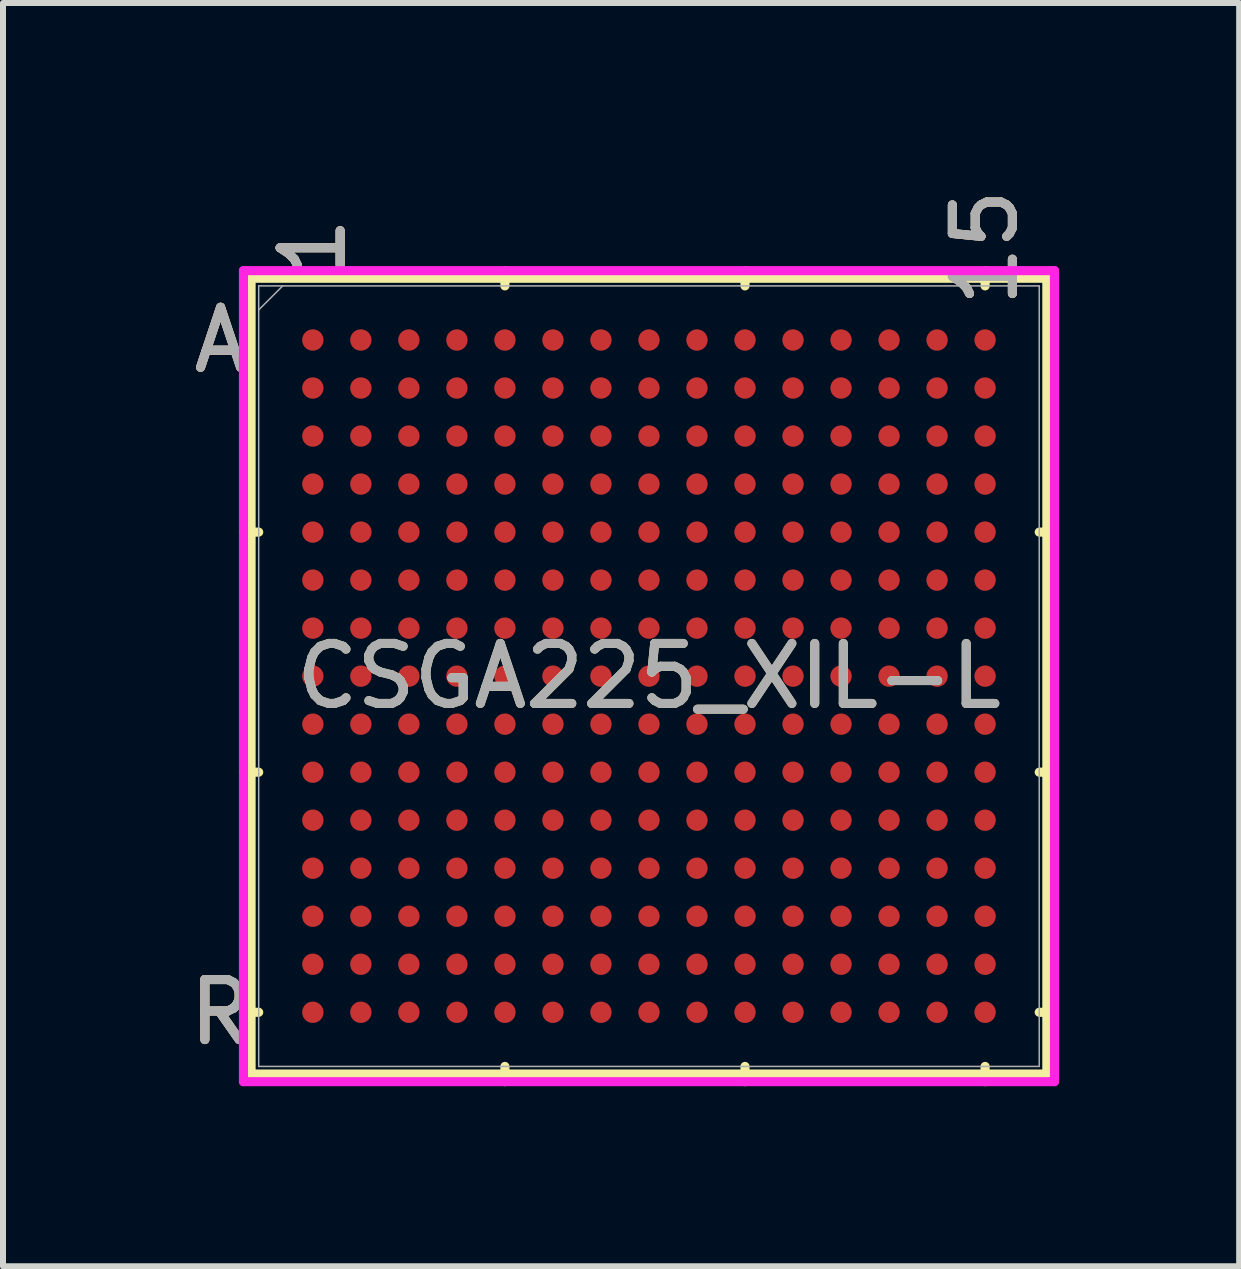
<source format=kicad_pcb>
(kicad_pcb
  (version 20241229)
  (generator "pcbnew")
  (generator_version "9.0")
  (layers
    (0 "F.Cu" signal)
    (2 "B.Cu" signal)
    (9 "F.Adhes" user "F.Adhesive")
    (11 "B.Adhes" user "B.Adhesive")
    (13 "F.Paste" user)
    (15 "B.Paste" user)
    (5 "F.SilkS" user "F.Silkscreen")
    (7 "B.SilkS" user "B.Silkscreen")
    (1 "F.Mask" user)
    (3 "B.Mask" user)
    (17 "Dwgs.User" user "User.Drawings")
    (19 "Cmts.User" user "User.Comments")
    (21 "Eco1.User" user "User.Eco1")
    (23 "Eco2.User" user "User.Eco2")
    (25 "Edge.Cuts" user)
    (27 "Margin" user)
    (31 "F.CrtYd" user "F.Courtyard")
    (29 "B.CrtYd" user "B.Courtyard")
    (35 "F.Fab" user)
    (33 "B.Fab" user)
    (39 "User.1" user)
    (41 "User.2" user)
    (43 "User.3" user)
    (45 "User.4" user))
  (footprint "CSGA225_XIL-L"
    (layer "F.Cu")
    (at 7.762 8.215)
    (property "Reference" "CSGA225_XIL-L" (at 0 0 0) (unlocked yes) (layer "F.SilkS") (effects (font (size 1 1) (thickness 0.15))))
    (attr smd)
    (fp_line (start -6.629 -6.629) (end -6.629 6.629) (stroke (width 0.152) (type solid)) (layer "F.SilkS"))
    (fp_line (start -6.629 6.629) (end 6.629 6.629) (stroke (width 0.152) (type solid)) (layer "F.SilkS"))
    (fp_line (start -6.502 -2.4) (end -6.756 -2.4) (stroke (width 0.152) (type solid)) (layer "F.SilkS"))
    (fp_line (start -6.502 1.6) (end -6.756 1.6) (stroke (width 0.152) (type solid)) (layer "F.SilkS"))
    (fp_line (start -6.502 5.6) (end -6.756 5.6) (stroke (width 0.152) (type solid)) (layer "F.SilkS"))
    (fp_line (start -2.4 -6.502) (end -2.4 -6.756) (stroke (width 0.152) (type solid)) (layer "F.SilkS"))
    (fp_line (start -2.4 6.502) (end -2.4 6.756) (stroke (width 0.152) (type solid)) (layer "F.SilkS"))
    (fp_line (start 1.6 -6.502) (end 1.6 -6.756) (stroke (width 0.152) (type solid)) (layer "F.SilkS"))
    (fp_line (start 1.6 6.502) (end 1.6 6.756) (stroke (width 0.152) (type solid)) (layer "F.SilkS"))
    (fp_line (start 5.6 -6.502) (end 5.6 -6.756) (stroke (width 0.152) (type solid)) (layer "F.SilkS"))
    (fp_line (start 5.6 6.502) (end 5.6 6.756) (stroke (width 0.152) (type solid)) (layer "F.SilkS"))
    (fp_line (start 6.502 -2.4) (end 6.756 -2.4) (stroke (width 0.152) (type solid)) (layer "F.SilkS"))
    (fp_line (start 6.502 1.6) (end 6.756 1.6) (stroke (width 0.152) (type solid)) (layer "F.SilkS"))
    (fp_line (start 6.502 5.6) (end 6.756 5.6) (stroke (width 0.152) (type solid)) (layer "F.SilkS"))
    (fp_line (start 6.629 -6.629) (end -6.629 -6.629) (stroke (width 0.152) (type solid)) (layer "F.SilkS"))
    (fp_line (start 6.629 6.629) (end 6.629 -6.629) (stroke (width 0.152) (type solid)) (layer "F.SilkS"))
    (fp_poly (pts (xy -6.444 -6.444) (xy 6.444 -6.444) (xy 6.444 6.444) (xy -6.444 6.444)) (stroke (width 0.1) (type solid)) (fill no) (layer "Eco2.User"))
    (fp_line (start -6.756 -6.756) (end 6.756 -6.756) (stroke (width 0.152) (type solid)) (layer "F.CrtYd"))
    (fp_line (start -6.756 6.756) (end -6.756 -6.756) (stroke (width 0.152) (type solid)) (layer "F.CrtYd"))
    (fp_line (start 6.756 -6.756) (end 6.756 6.756) (stroke (width 0.152) (type solid)) (layer "F.CrtYd"))
    (fp_line (start 6.756 6.756) (end -6.756 6.756) (stroke (width 0.152) (type solid)) (layer "F.CrtYd"))
    (fp_line (start -6.502 -6.502) (end -6.502 6.502) (stroke (width 0.025) (type solid)) (layer "F.Fab"))
    (fp_line (start -6.502 6.502) (end 6.502 6.502) (stroke (width 0.025) (type solid)) (layer "F.Fab"))
    (fp_line (start -6.102 -6.502) (end -6.502 -6.102) (stroke (width 0.025) (type solid)) (layer "F.Fab"))
    (fp_line (start 6.502 -6.502) (end -6.502 -6.502) (stroke (width 0.025) (type solid)) (layer "F.Fab"))
    (fp_line (start 6.502 6.502) (end 6.502 -6.502) (stroke (width 0.025) (type solid)) (layer "F.Fab"))
    (fp_text user "1" (at -5.6 -7.137 90) (unlocked yes) (layer "F.SilkS") (effects (font (size 1 1) (thickness 0.15))))
    (fp_text user "R" (at -7.137 5.6 0) (unlocked yes) (layer "F.SilkS") (effects (font (size 1 1) (thickness 0.15))))
    (fp_text user "A" (at -7.137 -5.6 0) (unlocked yes) (layer "F.SilkS") (effects (font (size 1 1) (thickness 0.15))))
    (fp_text user "15" (at 5.6 -7.137 90) (unlocked yes) (layer "F.SilkS") (effects (font (size 1 1) (thickness 0.15))))
    (fp_text user "1" (at -5.6 -7.137 90) (unlocked yes) (layer "B.SilkS") (effects (font (size 1 1) (thickness 0.15))))
    (fp_text user "A" (at -7.137 -5.6 0) (unlocked yes) (layer "B.SilkS") (effects (font (size 1 1) (thickness 0.15))))
    (fp_text user "R" (at -7.137 5.6 0) (unlocked yes) (layer "B.SilkS") (effects (font (size 1 1) (thickness 0.15))))
    (fp_text user "15" (at 5.6 -7.137 90) (unlocked yes) (layer "B.SilkS") (effects (font (size 1 1) (thickness 0.15))))
    (fp_text user "A" (at -7.137 -5.6 0) (unlocked yes) (layer "F.Fab") (effects (font (size 1 1) (thickness 0.15))))
    (fp_text user "${REFERENCE}" (at 0 0 0) (unlocked yes) (layer "F.Fab") (effects (font (size 1 1) (thickness 0.15))))
    (fp_text user "R" (at -7.137 5.6 0) (unlocked yes) (layer "F.Fab") (effects (font (size 1 1) (thickness 0.15))))
    (fp_text user "15" (at 5.6 -7.137 90) (unlocked yes) (layer "F.Fab") (effects (font (size 1 1) (thickness 0.15))))
    (fp_text user "1" (at -5.6 -7.137 90) (unlocked yes) (layer "F.Fab") (effects (font (size 1 1) (thickness 0.15))))
    (pad "A1" smd circle (at -5.6 -5.6) (size 0.356 0.356) (layers "F.Cu" "F.Mask" "F.Paste"))
    (pad "A2" smd circle (at -4.8 -5.6) (size 0.356 0.356) (layers "F.Cu" "F.Mask" "F.Paste"))
    (pad "A3" smd circle (at -4 -5.6) (size 0.356 0.356) (layers "F.Cu" "F.Mask" "F.Paste"))
    (pad "A4" smd circle (at -3.2 -5.6) (size 0.356 0.356) (layers "F.Cu" "F.Mask" "F.Paste"))
    (pad "A5" smd circle (at -2.4 -5.6) (size 0.356 0.356) (layers "F.Cu" "F.Mask" "F.Paste"))
    (pad "A6" smd circle (at -1.6 -5.6) (size 0.356 0.356) (layers "F.Cu" "F.Mask" "F.Paste"))
    (pad "A7" smd circle (at -0.8 -5.6) (size 0.356 0.356) (layers "F.Cu" "F.Mask" "F.Paste"))
    (pad "A8" smd circle (at 0 -5.6) (size 0.356 0.356) (layers "F.Cu" "F.Mask" "F.Paste"))
    (pad "A9" smd circle (at 0.8 -5.6) (size 0.356 0.356) (layers "F.Cu" "F.Mask" "F.Paste"))
    (pad "A10" smd circle (at 1.6 -5.6) (size 0.356 0.356) (layers "F.Cu" "F.Mask" "F.Paste"))
    (pad "A11" smd circle (at 2.4 -5.6) (size 0.356 0.356) (layers "F.Cu" "F.Mask" "F.Paste"))
    (pad "A12" smd circle (at 3.2 -5.6) (size 0.356 0.356) (layers "F.Cu" "F.Mask" "F.Paste"))
    (pad "A13" smd circle (at 4 -5.6) (size 0.356 0.356) (layers "F.Cu" "F.Mask" "F.Paste"))
    (pad "A14" smd circle (at 4.8 -5.6) (size 0.356 0.356) (layers "F.Cu" "F.Mask" "F.Paste"))
    (pad "A15" smd circle (at 5.6 -5.6) (size 0.356 0.356) (layers "F.Cu" "F.Mask" "F.Paste"))
    (pad "B1" smd circle (at -5.6 -4.8) (size 0.356 0.356) (layers "F.Cu" "F.Mask" "F.Paste"))
    (pad "B2" smd circle (at -4.8 -4.8) (size 0.356 0.356) (layers "F.Cu" "F.Mask" "F.Paste"))
    (pad "B3" smd circle (at -4 -4.8) (size 0.356 0.356) (layers "F.Cu" "F.Mask" "F.Paste"))
    (pad "B4" smd circle (at -3.2 -4.8) (size 0.356 0.356) (layers "F.Cu" "F.Mask" "F.Paste"))
    (pad "B5" smd circle (at -2.4 -4.8) (size 0.356 0.356) (layers "F.Cu" "F.Mask" "F.Paste"))
    (pad "B6" smd circle (at -1.6 -4.8) (size 0.356 0.356) (layers "F.Cu" "F.Mask" "F.Paste"))
    (pad "B7" smd circle (at -0.8 -4.8) (size 0.356 0.356) (layers "F.Cu" "F.Mask" "F.Paste"))
    (pad "B8" smd circle (at 0 -4.8) (size 0.356 0.356) (layers "F.Cu" "F.Mask" "F.Paste"))
    (pad "B9" smd circle (at 0.8 -4.8) (size 0.356 0.356) (layers "F.Cu" "F.Mask" "F.Paste"))
    (pad "B10" smd circle (at 1.6 -4.8) (size 0.356 0.356) (layers "F.Cu" "F.Mask" "F.Paste"))
    (pad "B11" smd circle (at 2.4 -4.8) (size 0.356 0.356) (layers "F.Cu" "F.Mask" "F.Paste"))
    (pad "B12" smd circle (at 3.2 -4.8) (size 0.356 0.356) (layers "F.Cu" "F.Mask" "F.Paste"))
    (pad "B13" smd circle (at 4 -4.8) (size 0.356 0.356) (layers "F.Cu" "F.Mask" "F.Paste"))
    (pad "B14" smd circle (at 4.8 -4.8) (size 0.356 0.356) (layers "F.Cu" "F.Mask" "F.Paste"))
    (pad "B15" smd circle (at 5.6 -4.8) (size 0.356 0.356) (layers "F.Cu" "F.Mask" "F.Paste"))
    (pad "C1" smd circle (at -5.6 -4) (size 0.356 0.356) (layers "F.Cu" "F.Mask" "F.Paste"))
    (pad "C2" smd circle (at -4.8 -4) (size 0.356 0.356) (layers "F.Cu" "F.Mask" "F.Paste"))
    (pad "C3" smd circle (at -4 -4) (size 0.356 0.356) (layers "F.Cu" "F.Mask" "F.Paste"))
    (pad "C4" smd circle (at -3.2 -4) (size 0.356 0.356) (layers "F.Cu" "F.Mask" "F.Paste"))
    (pad "C5" smd circle (at -2.4 -4) (size 0.356 0.356) (layers "F.Cu" "F.Mask" "F.Paste"))
    (pad "C6" smd circle (at -1.6 -4) (size 0.356 0.356) (layers "F.Cu" "F.Mask" "F.Paste"))
    (pad "C7" smd circle (at -0.8 -4) (size 0.356 0.356) (layers "F.Cu" "F.Mask" "F.Paste"))
    (pad "C8" smd circle (at 0 -4) (size 0.356 0.356) (layers "F.Cu" "F.Mask" "F.Paste"))
    (pad "C9" smd circle (at 0.8 -4) (size 0.356 0.356) (layers "F.Cu" "F.Mask" "F.Paste"))
    (pad "C10" smd circle (at 1.6 -4) (size 0.356 0.356) (layers "F.Cu" "F.Mask" "F.Paste"))
    (pad "C11" smd circle (at 2.4 -4) (size 0.356 0.356) (layers "F.Cu" "F.Mask" "F.Paste"))
    (pad "C12" smd circle (at 3.2 -4) (size 0.356 0.356) (layers "F.Cu" "F.Mask" "F.Paste"))
    (pad "C13" smd circle (at 4 -4) (size 0.356 0.356) (layers "F.Cu" "F.Mask" "F.Paste"))
    (pad "C14" smd circle (at 4.8 -4) (size 0.356 0.356) (layers "F.Cu" "F.Mask" "F.Paste"))
    (pad "C15" smd circle (at 5.6 -4) (size 0.356 0.356) (layers "F.Cu" "F.Mask" "F.Paste"))
    (pad "D1" smd circle (at -5.6 -3.2) (size 0.356 0.356) (layers "F.Cu" "F.Mask" "F.Paste"))
    (pad "D2" smd circle (at -4.8 -3.2) (size 0.356 0.356) (layers "F.Cu" "F.Mask" "F.Paste"))
    (pad "D3" smd circle (at -4 -3.2) (size 0.356 0.356) (layers "F.Cu" "F.Mask" "F.Paste"))
    (pad "D4" smd circle (at -3.2 -3.2) (size 0.356 0.356) (layers "F.Cu" "F.Mask" "F.Paste"))
    (pad "D5" smd circle (at -2.4 -3.2) (size 0.356 0.356) (layers "F.Cu" "F.Mask" "F.Paste"))
    (pad "D6" smd circle (at -1.6 -3.2) (size 0.356 0.356) (layers "F.Cu" "F.Mask" "F.Paste"))
    (pad "D7" smd circle (at -0.8 -3.2) (size 0.356 0.356) (layers "F.Cu" "F.Mask" "F.Paste"))
    (pad "D8" smd circle (at 0 -3.2) (size 0.356 0.356) (layers "F.Cu" "F.Mask" "F.Paste"))
    (pad "D9" smd circle (at 0.8 -3.2) (size 0.356 0.356) (layers "F.Cu" "F.Mask" "F.Paste"))
    (pad "D10" smd circle (at 1.6 -3.2) (size 0.356 0.356) (layers "F.Cu" "F.Mask" "F.Paste"))
    (pad "D11" smd circle (at 2.4 -3.2) (size 0.356 0.356) (layers "F.Cu" "F.Mask" "F.Paste"))
    (pad "D12" smd circle (at 3.2 -3.2) (size 0.356 0.356) (layers "F.Cu" "F.Mask" "F.Paste"))
    (pad "D13" smd circle (at 4 -3.2) (size 0.356 0.356) (layers "F.Cu" "F.Mask" "F.Paste"))
    (pad "D14" smd circle (at 4.8 -3.2) (size 0.356 0.356) (layers "F.Cu" "F.Mask" "F.Paste"))
    (pad "D15" smd circle (at 5.6 -3.2) (size 0.356 0.356) (layers "F.Cu" "F.Mask" "F.Paste"))
    (pad "E1" smd circle (at -5.6 -2.4) (size 0.356 0.356) (layers "F.Cu" "F.Mask" "F.Paste"))
    (pad "E2" smd circle (at -4.8 -2.4) (size 0.356 0.356) (layers "F.Cu" "F.Mask" "F.Paste"))
    (pad "E3" smd circle (at -4 -2.4) (size 0.356 0.356) (layers "F.Cu" "F.Mask" "F.Paste"))
    (pad "E4" smd circle (at -3.2 -2.4) (size 0.356 0.356) (layers "F.Cu" "F.Mask" "F.Paste"))
    (pad "E5" smd circle (at -2.4 -2.4) (size 0.356 0.356) (layers "F.Cu" "F.Mask" "F.Paste"))
    (pad "E6" smd circle (at -1.6 -2.4) (size 0.356 0.356) (layers "F.Cu" "F.Mask" "F.Paste"))
    (pad "E7" smd circle (at -0.8 -2.4) (size 0.356 0.356) (layers "F.Cu" "F.Mask" "F.Paste"))
    (pad "E8" smd circle (at 0 -2.4) (size 0.356 0.356) (layers "F.Cu" "F.Mask" "F.Paste"))
    (pad "E9" smd circle (at 0.8 -2.4) (size 0.356 0.356) (layers "F.Cu" "F.Mask" "F.Paste"))
    (pad "E10" smd circle (at 1.6 -2.4) (size 0.356 0.356) (layers "F.Cu" "F.Mask" "F.Paste"))
    (pad "E11" smd circle (at 2.4 -2.4) (size 0.356 0.356) (layers "F.Cu" "F.Mask" "F.Paste"))
    (pad "E12" smd circle (at 3.2 -2.4) (size 0.356 0.356) (layers "F.Cu" "F.Mask" "F.Paste"))
    (pad "E13" smd circle (at 4 -2.4) (size 0.356 0.356) (layers "F.Cu" "F.Mask" "F.Paste"))
    (pad "E14" smd circle (at 4.8 -2.4) (size 0.356 0.356) (layers "F.Cu" "F.Mask" "F.Paste"))
    (pad "E15" smd circle (at 5.6 -2.4) (size 0.356 0.356) (layers "F.Cu" "F.Mask" "F.Paste"))
    (pad "F1" smd circle (at -5.6 -1.6) (size 0.356 0.356) (layers "F.Cu" "F.Mask" "F.Paste"))
    (pad "F2" smd circle (at -4.8 -1.6) (size 0.356 0.356) (layers "F.Cu" "F.Mask" "F.Paste"))
    (pad "F3" smd circle (at -4 -1.6) (size 0.356 0.356) (layers "F.Cu" "F.Mask" "F.Paste"))
    (pad "F4" smd circle (at -3.2 -1.6) (size 0.356 0.356) (layers "F.Cu" "F.Mask" "F.Paste"))
    (pad "F5" smd circle (at -2.4 -1.6) (size 0.356 0.356) (layers "F.Cu" "F.Mask" "F.Paste"))
    (pad "F6" smd circle (at -1.6 -1.6) (size 0.356 0.356) (layers "F.Cu" "F.Mask" "F.Paste"))
    (pad "F7" smd circle (at -0.8 -1.6) (size 0.356 0.356) (layers "F.Cu" "F.Mask" "F.Paste"))
    (pad "F8" smd circle (at 0 -1.6) (size 0.356 0.356) (layers "F.Cu" "F.Mask" "F.Paste"))
    (pad "F9" smd circle (at 0.8 -1.6) (size 0.356 0.356) (layers "F.Cu" "F.Mask" "F.Paste"))
    (pad "F10" smd circle (at 1.6 -1.6) (size 0.356 0.356) (layers "F.Cu" "F.Mask" "F.Paste"))
    (pad "F11" smd circle (at 2.4 -1.6) (size 0.356 0.356) (layers "F.Cu" "F.Mask" "F.Paste"))
    (pad "F12" smd circle (at 3.2 -1.6) (size 0.356 0.356) (layers "F.Cu" "F.Mask" "F.Paste"))
    (pad "F13" smd circle (at 4 -1.6) (size 0.356 0.356) (layers "F.Cu" "F.Mask" "F.Paste"))
    (pad "F14" smd circle (at 4.8 -1.6) (size 0.356 0.356) (layers "F.Cu" "F.Mask" "F.Paste"))
    (pad "F15" smd circle (at 5.6 -1.6) (size 0.356 0.356) (layers "F.Cu" "F.Mask" "F.Paste"))
    (pad "G1" smd circle (at -5.6 -0.8) (size 0.356 0.356) (layers "F.Cu" "F.Mask" "F.Paste"))
    (pad "G2" smd circle (at -4.8 -0.8) (size 0.356 0.356) (layers "F.Cu" "F.Mask" "F.Paste"))
    (pad "G3" smd circle (at -4 -0.8) (size 0.356 0.356) (layers "F.Cu" "F.Mask" "F.Paste"))
    (pad "G4" smd circle (at -3.2 -0.8) (size 0.356 0.356) (layers "F.Cu" "F.Mask" "F.Paste"))
    (pad "G5" smd circle (at -2.4 -0.8) (size 0.356 0.356) (layers "F.Cu" "F.Mask" "F.Paste"))
    (pad "G6" smd circle (at -1.6 -0.8) (size 0.356 0.356) (layers "F.Cu" "F.Mask" "F.Paste"))
    (pad "G7" smd circle (at -0.8 -0.8) (size 0.356 0.356) (layers "F.Cu" "F.Mask" "F.Paste"))
    (pad "G8" smd circle (at 0 -0.8) (size 0.356 0.356) (layers "F.Cu" "F.Mask" "F.Paste"))
    (pad "G9" smd circle (at 0.8 -0.8) (size 0.356 0.356) (layers "F.Cu" "F.Mask" "F.Paste"))
    (pad "G10" smd circle (at 1.6 -0.8) (size 0.356 0.356) (layers "F.Cu" "F.Mask" "F.Paste"))
    (pad "G11" smd circle (at 2.4 -0.8) (size 0.356 0.356) (layers "F.Cu" "F.Mask" "F.Paste"))
    (pad "G12" smd circle (at 3.2 -0.8) (size 0.356 0.356) (layers "F.Cu" "F.Mask" "F.Paste"))
    (pad "G13" smd circle (at 4 -0.8) (size 0.356 0.356) (layers "F.Cu" "F.Mask" "F.Paste"))
    (pad "G14" smd circle (at 4.8 -0.8) (size 0.356 0.356) (layers "F.Cu" "F.Mask" "F.Paste"))
    (pad "G15" smd circle (at 5.6 -0.8) (size 0.356 0.356) (layers "F.Cu" "F.Mask" "F.Paste"))
    (pad "H1" smd circle (at -5.6 0) (size 0.356 0.356) (layers "F.Cu" "F.Mask" "F.Paste"))
    (pad "H2" smd circle (at -4.8 0) (size 0.356 0.356) (layers "F.Cu" "F.Mask" "F.Paste"))
    (pad "H3" smd circle (at -4 0) (size 0.356 0.356) (layers "F.Cu" "F.Mask" "F.Paste"))
    (pad "H4" smd circle (at -3.2 0) (size 0.356 0.356) (layers "F.Cu" "F.Mask" "F.Paste"))
    (pad "H5" smd circle (at -2.4 0) (size 0.356 0.356) (layers "F.Cu" "F.Mask" "F.Paste"))
    (pad "H6" smd circle (at -1.6 0) (size 0.356 0.356) (layers "F.Cu" "F.Mask" "F.Paste"))
    (pad "H7" smd circle (at -0.8 0) (size 0.356 0.356) (layers "F.Cu" "F.Mask" "F.Paste"))
    (pad "H8" smd circle (at 0 0) (size 0.356 0.356) (layers "F.Cu" "F.Mask" "F.Paste"))
    (pad "H9" smd circle (at 0.8 0) (size 0.356 0.356) (layers "F.Cu" "F.Mask" "F.Paste"))
    (pad "H10" smd circle (at 1.6 0) (size 0.356 0.356) (layers "F.Cu" "F.Mask" "F.Paste"))
    (pad "H11" smd circle (at 2.4 0) (size 0.356 0.356) (layers "F.Cu" "F.Mask" "F.Paste"))
    (pad "H12" smd circle (at 3.2 0) (size 0.356 0.356) (layers "F.Cu" "F.Mask" "F.Paste"))
    (pad "H13" smd circle (at 4 0) (size 0.356 0.356) (layers "F.Cu" "F.Mask" "F.Paste"))
    (pad "H14" smd circle (at 4.8 0) (size 0.356 0.356) (layers "F.Cu" "F.Mask" "F.Paste"))
    (pad "H15" smd circle (at 5.6 0) (size 0.356 0.356) (layers "F.Cu" "F.Mask" "F.Paste"))
    (pad "J1" smd circle (at -5.6 0.8) (size 0.356 0.356) (layers "F.Cu" "F.Mask" "F.Paste"))
    (pad "J2" smd circle (at -4.8 0.8) (size 0.356 0.356) (layers "F.Cu" "F.Mask" "F.Paste"))
    (pad "J3" smd circle (at -4 0.8) (size 0.356 0.356) (layers "F.Cu" "F.Mask" "F.Paste"))
    (pad "J4" smd circle (at -3.2 0.8) (size 0.356 0.356) (layers "F.Cu" "F.Mask" "F.Paste"))
    (pad "J5" smd circle (at -2.4 0.8) (size 0.356 0.356) (layers "F.Cu" "F.Mask" "F.Paste"))
    (pad "J6" smd circle (at -1.6 0.8) (size 0.356 0.356) (layers "F.Cu" "F.Mask" "F.Paste"))
    (pad "J7" smd circle (at -0.8 0.8) (size 0.356 0.356) (layers "F.Cu" "F.Mask" "F.Paste"))
    (pad "J8" smd circle (at 0 0.8) (size 0.356 0.356) (layers "F.Cu" "F.Mask" "F.Paste"))
    (pad "J9" smd circle (at 0.8 0.8) (size 0.356 0.356) (layers "F.Cu" "F.Mask" "F.Paste"))
    (pad "J10" smd circle (at 1.6 0.8) (size 0.356 0.356) (layers "F.Cu" "F.Mask" "F.Paste"))
    (pad "J11" smd circle (at 2.4 0.8) (size 0.356 0.356) (layers "F.Cu" "F.Mask" "F.Paste"))
    (pad "J12" smd circle (at 3.2 0.8) (size 0.356 0.356) (layers "F.Cu" "F.Mask" "F.Paste"))
    (pad "J13" smd circle (at 4 0.8) (size 0.356 0.356) (layers "F.Cu" "F.Mask" "F.Paste"))
    (pad "J14" smd circle (at 4.8 0.8) (size 0.356 0.356) (layers "F.Cu" "F.Mask" "F.Paste"))
    (pad "J15" smd circle (at 5.6 0.8) (size 0.356 0.356) (layers "F.Cu" "F.Mask" "F.Paste"))
    (pad "K1" smd circle (at -5.6 1.6) (size 0.356 0.356) (layers "F.Cu" "F.Mask" "F.Paste"))
    (pad "K2" smd circle (at -4.8 1.6) (size 0.356 0.356) (layers "F.Cu" "F.Mask" "F.Paste"))
    (pad "K3" smd circle (at -4 1.6) (size 0.356 0.356) (layers "F.Cu" "F.Mask" "F.Paste"))
    (pad "K4" smd circle (at -3.2 1.6) (size 0.356 0.356) (layers "F.Cu" "F.Mask" "F.Paste"))
    (pad "K5" smd circle (at -2.4 1.6) (size 0.356 0.356) (layers "F.Cu" "F.Mask" "F.Paste"))
    (pad "K6" smd circle (at -1.6 1.6) (size 0.356 0.356) (layers "F.Cu" "F.Mask" "F.Paste"))
    (pad "K7" smd circle (at -0.8 1.6) (size 0.356 0.356) (layers "F.Cu" "F.Mask" "F.Paste"))
    (pad "K8" smd circle (at 0 1.6) (size 0.356 0.356) (layers "F.Cu" "F.Mask" "F.Paste"))
    (pad "K9" smd circle (at 0.8 1.6) (size 0.356 0.356) (layers "F.Cu" "F.Mask" "F.Paste"))
    (pad "K10" smd circle (at 1.6 1.6) (size 0.356 0.356) (layers "F.Cu" "F.Mask" "F.Paste"))
    (pad "K11" smd circle (at 2.4 1.6) (size 0.356 0.356) (layers "F.Cu" "F.Mask" "F.Paste"))
    (pad "K12" smd circle (at 3.2 1.6) (size 0.356 0.356) (layers "F.Cu" "F.Mask" "F.Paste"))
    (pad "K13" smd circle (at 4 1.6) (size 0.356 0.356) (layers "F.Cu" "F.Mask" "F.Paste"))
    (pad "K14" smd circle (at 4.8 1.6) (size 0.356 0.356) (layers "F.Cu" "F.Mask" "F.Paste"))
    (pad "K15" smd circle (at 5.6 1.6) (size 0.356 0.356) (layers "F.Cu" "F.Mask" "F.Paste"))
    (pad "L1" smd circle (at -5.6 2.4) (size 0.356 0.356) (layers "F.Cu" "F.Mask" "F.Paste"))
    (pad "L2" smd circle (at -4.8 2.4) (size 0.356 0.356) (layers "F.Cu" "F.Mask" "F.Paste"))
    (pad "L3" smd circle (at -4 2.4) (size 0.356 0.356) (layers "F.Cu" "F.Mask" "F.Paste"))
    (pad "L4" smd circle (at -3.2 2.4) (size 0.356 0.356) (layers "F.Cu" "F.Mask" "F.Paste"))
    (pad "L5" smd circle (at -2.4 2.4) (size 0.356 0.356) (layers "F.Cu" "F.Mask" "F.Paste"))
    (pad "L6" smd circle (at -1.6 2.4) (size 0.356 0.356) (layers "F.Cu" "F.Mask" "F.Paste"))
    (pad "L7" smd circle (at -0.8 2.4) (size 0.356 0.356) (layers "F.Cu" "F.Mask" "F.Paste"))
    (pad "L8" smd circle (at 0 2.4) (size 0.356 0.356) (layers "F.Cu" "F.Mask" "F.Paste"))
    (pad "L9" smd circle (at 0.8 2.4) (size 0.356 0.356) (layers "F.Cu" "F.Mask" "F.Paste"))
    (pad "L10" smd circle (at 1.6 2.4) (size 0.356 0.356) (layers "F.Cu" "F.Mask" "F.Paste"))
    (pad "L11" smd circle (at 2.4 2.4) (size 0.356 0.356) (layers "F.Cu" "F.Mask" "F.Paste"))
    (pad "L12" smd circle (at 3.2 2.4) (size 0.356 0.356) (layers "F.Cu" "F.Mask" "F.Paste"))
    (pad "L13" smd circle (at 4 2.4) (size 0.356 0.356) (layers "F.Cu" "F.Mask" "F.Paste"))
    (pad "L14" smd circle (at 4.8 2.4) (size 0.356 0.356) (layers "F.Cu" "F.Mask" "F.Paste"))
    (pad "L15" smd circle (at 5.6 2.4) (size 0.356 0.356) (layers "F.Cu" "F.Mask" "F.Paste"))
    (pad "M1" smd circle (at -5.6 3.2) (size 0.356 0.356) (layers "F.Cu" "F.Mask" "F.Paste"))
    (pad "M2" smd circle (at -4.8 3.2) (size 0.356 0.356) (layers "F.Cu" "F.Mask" "F.Paste"))
    (pad "M3" smd circle (at -4 3.2) (size 0.356 0.356) (layers "F.Cu" "F.Mask" "F.Paste"))
    (pad "M4" smd circle (at -3.2 3.2) (size 0.356 0.356) (layers "F.Cu" "F.Mask" "F.Paste"))
    (pad "M5" smd circle (at -2.4 3.2) (size 0.356 0.356) (layers "F.Cu" "F.Mask" "F.Paste"))
    (pad "M6" smd circle (at -1.6 3.2) (size 0.356 0.356) (layers "F.Cu" "F.Mask" "F.Paste"))
    (pad "M7" smd circle (at -0.8 3.2) (size 0.356 0.356) (layers "F.Cu" "F.Mask" "F.Paste"))
    (pad "M8" smd circle (at 0 3.2) (size 0.356 0.356) (layers "F.Cu" "F.Mask" "F.Paste"))
    (pad "M9" smd circle (at 0.8 3.2) (size 0.356 0.356) (layers "F.Cu" "F.Mask" "F.Paste"))
    (pad "M10" smd circle (at 1.6 3.2) (size 0.356 0.356) (layers "F.Cu" "F.Mask" "F.Paste"))
    (pad "M11" smd circle (at 2.4 3.2) (size 0.356 0.356) (layers "F.Cu" "F.Mask" "F.Paste"))
    (pad "M12" smd circle (at 3.2 3.2) (size 0.356 0.356) (layers "F.Cu" "F.Mask" "F.Paste"))
    (pad "M13" smd circle (at 4 3.2) (size 0.356 0.356) (layers "F.Cu" "F.Mask" "F.Paste"))
    (pad "M14" smd circle (at 4.8 3.2) (size 0.356 0.356) (layers "F.Cu" "F.Mask" "F.Paste"))
    (pad "M15" smd circle (at 5.6 3.2) (size 0.356 0.356) (layers "F.Cu" "F.Mask" "F.Paste"))
    (pad "N1" smd circle (at -5.6 4) (size 0.356 0.356) (layers "F.Cu" "F.Mask" "F.Paste"))
    (pad "N2" smd circle (at -4.8 4) (size 0.356 0.356) (layers "F.Cu" "F.Mask" "F.Paste"))
    (pad "N3" smd circle (at -4 4) (size 0.356 0.356) (layers "F.Cu" "F.Mask" "F.Paste"))
    (pad "N4" smd circle (at -3.2 4) (size 0.356 0.356) (layers "F.Cu" "F.Mask" "F.Paste"))
    (pad "N5" smd circle (at -2.4 4) (size 0.356 0.356) (layers "F.Cu" "F.Mask" "F.Paste"))
    (pad "N6" smd circle (at -1.6 4) (size 0.356 0.356) (layers "F.Cu" "F.Mask" "F.Paste"))
    (pad "N7" smd circle (at -0.8 4) (size 0.356 0.356) (layers "F.Cu" "F.Mask" "F.Paste"))
    (pad "N8" smd circle (at 0 4) (size 0.356 0.356) (layers "F.Cu" "F.Mask" "F.Paste"))
    (pad "N9" smd circle (at 0.8 4) (size 0.356 0.356) (layers "F.Cu" "F.Mask" "F.Paste"))
    (pad "N10" smd circle (at 1.6 4) (size 0.356 0.356) (layers "F.Cu" "F.Mask" "F.Paste"))
    (pad "N11" smd circle (at 2.4 4) (size 0.356 0.356) (layers "F.Cu" "F.Mask" "F.Paste"))
    (pad "N12" smd circle (at 3.2 4) (size 0.356 0.356) (layers "F.Cu" "F.Mask" "F.Paste"))
    (pad "N13" smd circle (at 4 4) (size 0.356 0.356) (layers "F.Cu" "F.Mask" "F.Paste"))
    (pad "N14" smd circle (at 4.8 4) (size 0.356 0.356) (layers "F.Cu" "F.Mask" "F.Paste"))
    (pad "N15" smd circle (at 5.6 4) (size 0.356 0.356) (layers "F.Cu" "F.Mask" "F.Paste"))
    (pad "P1" smd circle (at -5.6 4.8) (size 0.356 0.356) (layers "F.Cu" "F.Mask" "F.Paste"))
    (pad "P2" smd circle (at -4.8 4.8) (size 0.356 0.356) (layers "F.Cu" "F.Mask" "F.Paste"))
    (pad "P3" smd circle (at -4 4.8) (size 0.356 0.356) (layers "F.Cu" "F.Mask" "F.Paste"))
    (pad "P4" smd circle (at -3.2 4.8) (size 0.356 0.356) (layers "F.Cu" "F.Mask" "F.Paste"))
    (pad "P5" smd circle (at -2.4 4.8) (size 0.356 0.356) (layers "F.Cu" "F.Mask" "F.Paste"))
    (pad "P6" smd circle (at -1.6 4.8) (size 0.356 0.356) (layers "F.Cu" "F.Mask" "F.Paste"))
    (pad "P7" smd circle (at -0.8 4.8) (size 0.356 0.356) (layers "F.Cu" "F.Mask" "F.Paste"))
    (pad "P8" smd circle (at 0 4.8) (size 0.356 0.356) (layers "F.Cu" "F.Mask" "F.Paste"))
    (pad "P9" smd circle (at 0.8 4.8) (size 0.356 0.356) (layers "F.Cu" "F.Mask" "F.Paste"))
    (pad "P10" smd circle (at 1.6 4.8) (size 0.356 0.356) (layers "F.Cu" "F.Mask" "F.Paste"))
    (pad "P11" smd circle (at 2.4 4.8) (size 0.356 0.356) (layers "F.Cu" "F.Mask" "F.Paste"))
    (pad "P12" smd circle (at 3.2 4.8) (size 0.356 0.356) (layers "F.Cu" "F.Mask" "F.Paste"))
    (pad "P13" smd circle (at 4 4.8) (size 0.356 0.356) (layers "F.Cu" "F.Mask" "F.Paste"))
    (pad "P14" smd circle (at 4.8 4.8) (size 0.356 0.356) (layers "F.Cu" "F.Mask" "F.Paste"))
    (pad "P15" smd circle (at 5.6 4.8) (size 0.356 0.356) (layers "F.Cu" "F.Mask" "F.Paste"))
    (pad "R1" smd circle (at -5.6 5.6) (size 0.356 0.356) (layers "F.Cu" "F.Mask" "F.Paste"))
    (pad "R2" smd circle (at -4.8 5.6) (size 0.356 0.356) (layers "F.Cu" "F.Mask" "F.Paste"))
    (pad "R3" smd circle (at -4 5.6) (size 0.356 0.356) (layers "F.Cu" "F.Mask" "F.Paste"))
    (pad "R4" smd circle (at -3.2 5.6) (size 0.356 0.356) (layers "F.Cu" "F.Mask" "F.Paste"))
    (pad "R5" smd circle (at -2.4 5.6) (size 0.356 0.356) (layers "F.Cu" "F.Mask" "F.Paste"))
    (pad "R6" smd circle (at -1.6 5.6) (size 0.356 0.356) (layers "F.Cu" "F.Mask" "F.Paste"))
    (pad "R7" smd circle (at -0.8 5.6) (size 0.356 0.356) (layers "F.Cu" "F.Mask" "F.Paste"))
    (pad "R8" smd circle (at 0 5.6) (size 0.356 0.356) (layers "F.Cu" "F.Mask" "F.Paste"))
    (pad "R9" smd circle (at 0.8 5.6) (size 0.356 0.356) (layers "F.Cu" "F.Mask" "F.Paste"))
    (pad "R10" smd circle (at 1.6 5.6) (size 0.356 0.356) (layers "F.Cu" "F.Mask" "F.Paste"))
    (pad "R11" smd circle (at 2.4 5.6) (size 0.356 0.356) (layers "F.Cu" "F.Mask" "F.Paste"))
    (pad "R12" smd circle (at 3.2 5.6) (size 0.356 0.356) (layers "F.Cu" "F.Mask" "F.Paste"))
    (pad "R13" smd circle (at 4 5.6) (size 0.356 0.356) (layers "F.Cu" "F.Mask" "F.Paste"))
    (pad "R14" smd circle (at 4.8 5.6) (size 0.356 0.356) (layers "F.Cu" "F.Mask" "F.Paste"))
    (pad "R15" smd circle (at 5.6 5.6) (size 0.356 0.356) (layers "F.Cu" "F.Mask" "F.Paste")))
  (gr_rect
    (start -3 -3)
    (end 17.595 18.047)
    (stroke (width 0.1) (type default))
    (fill no)
    (layer "Edge.Cuts")))
</source>
